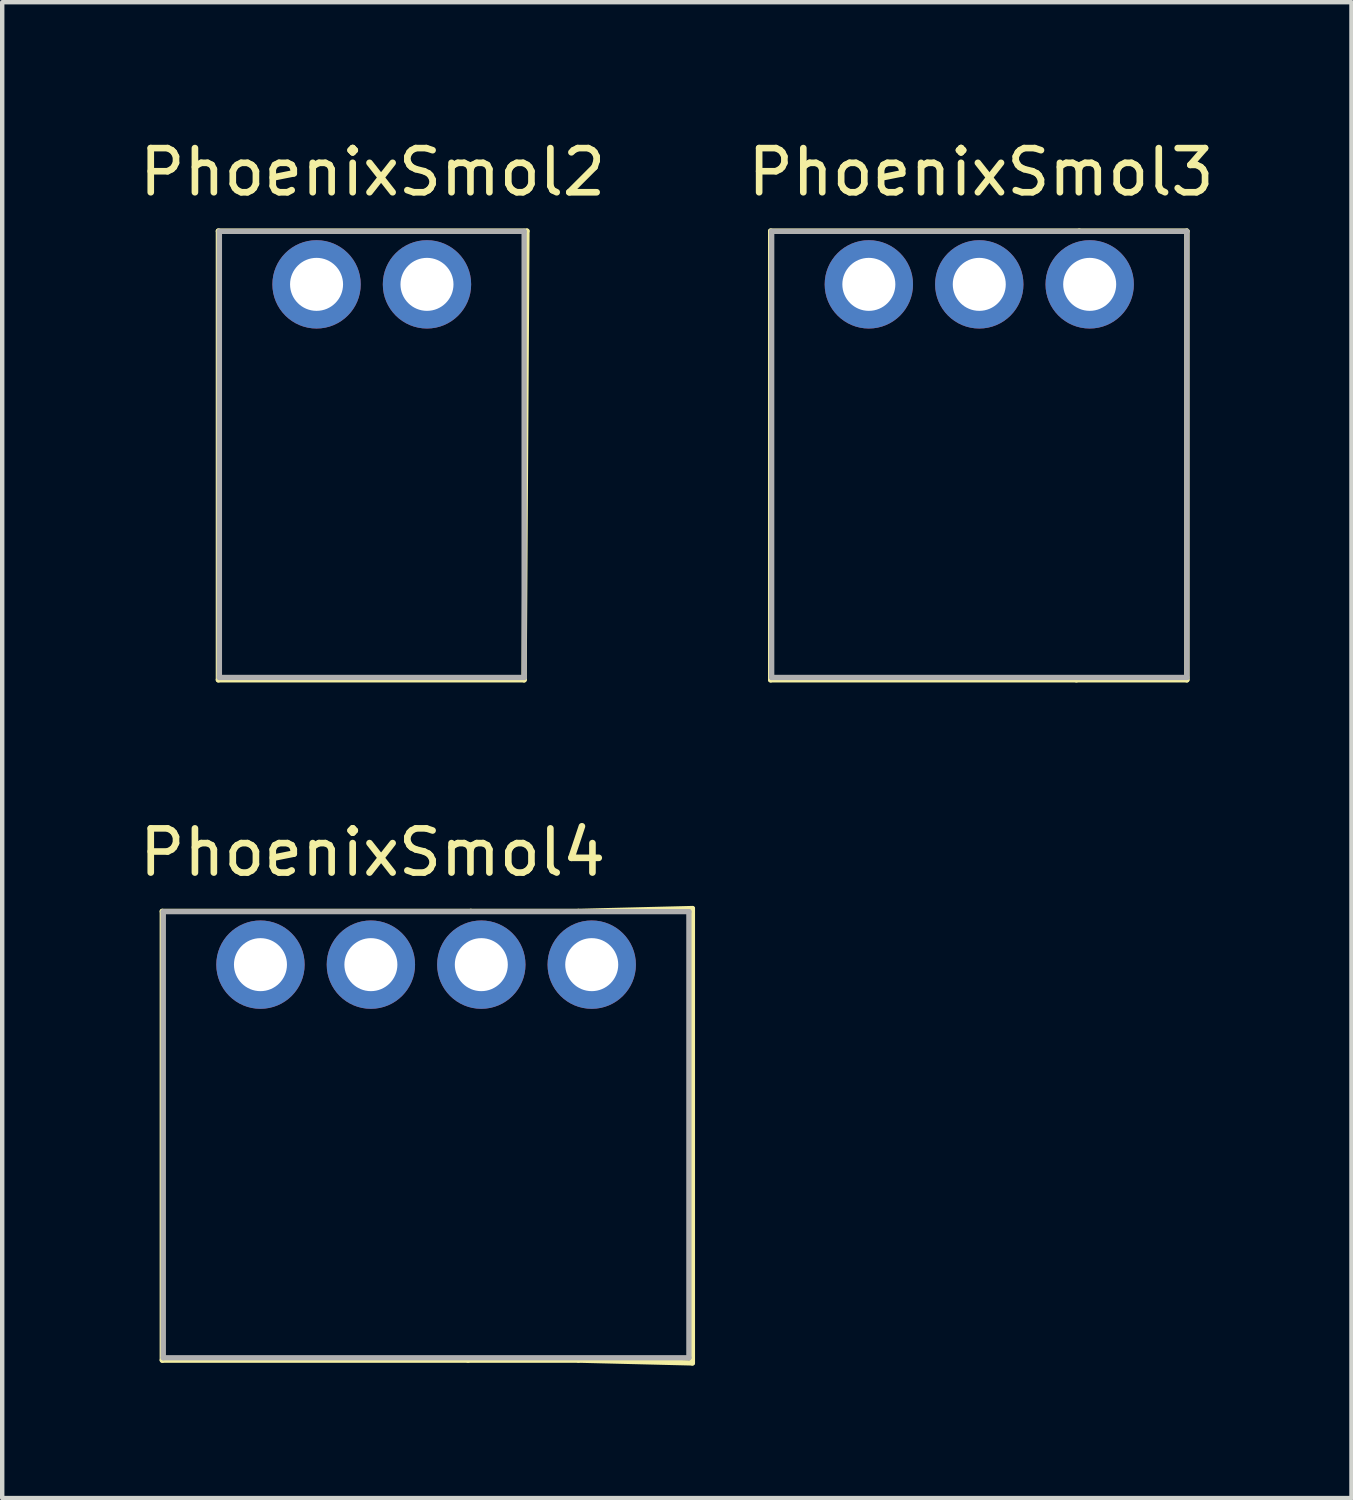
<source format=kicad_pcb>
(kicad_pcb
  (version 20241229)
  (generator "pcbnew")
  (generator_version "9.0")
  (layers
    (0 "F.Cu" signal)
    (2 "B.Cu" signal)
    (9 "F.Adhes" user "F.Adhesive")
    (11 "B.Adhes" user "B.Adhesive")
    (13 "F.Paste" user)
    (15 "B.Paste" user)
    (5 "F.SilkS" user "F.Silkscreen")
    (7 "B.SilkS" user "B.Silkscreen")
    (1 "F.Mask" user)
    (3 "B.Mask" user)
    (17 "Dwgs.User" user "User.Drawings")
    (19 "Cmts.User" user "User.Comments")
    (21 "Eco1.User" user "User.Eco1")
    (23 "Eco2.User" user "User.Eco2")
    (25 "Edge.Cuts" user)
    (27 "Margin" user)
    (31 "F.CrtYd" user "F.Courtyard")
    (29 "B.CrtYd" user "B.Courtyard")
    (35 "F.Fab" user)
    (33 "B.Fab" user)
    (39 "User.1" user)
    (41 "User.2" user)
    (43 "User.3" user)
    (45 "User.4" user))
  (footprint "PhoenixSmol4"
    (layer "F.Cu")
    (at 2.847 18.79)
    (property "Reference" "PhoenixSmol4" (at 2.54 -2.54 0) (layer "F.SilkS") (effects (font (size 1 1) (thickness 0.15))))
    (attr through_hole)
    (fp_line (start -2.223 -1.206) (end 4.763 -1.206) (stroke (width 0.12) (type solid)) (layer "F.SilkS"))
    (fp_line (start -2.223 8.954) (end -2.223 -1.206) (stroke (width 0.12) (type solid)) (layer "F.SilkS"))
    (fp_line (start 4.699 8.954) (end -2.223 8.954) (stroke (width 0.12) (type solid)) (layer "F.SilkS"))
    (fp_line (start 7.2 -1.206) (end 4.763 -1.206) (stroke (width 0.12) (type solid)) (layer "F.SilkS"))
    (fp_line (start 7.2 -1.206) (end 9.779 -1.27) (stroke (width 0.12) (type solid)) (layer "F.SilkS"))
    (fp_line (start 7.2 8.954) (end 4.699 8.954) (stroke (width 0.12) (type solid)) (layer "F.SilkS"))
    (fp_line (start 9.779 -1.27) (end 9.779 9.017) (stroke (width 0.12) (type solid)) (layer "F.SilkS"))
    (fp_line (start 9.779 9.017) (end 7.2 8.954) (stroke (width 0.12) (type solid)) (layer "F.SilkS"))
    (fp_line (start -2.2 -1.2) (end -2.2 8.9) (stroke (width 0.12) (type solid)) (layer "F.Fab"))
    (fp_line (start -2.2 -1.2) (end 9.7 -1.2) (stroke (width 0.12) (type solid)) (layer "F.Fab"))
    (fp_line (start -2.2 8.9) (end 9.7 8.9) (stroke (width 0.12) (type solid)) (layer "F.Fab"))
    (fp_line (start 9.7 -1.2) (end 9.7 8.9) (stroke (width 0.12) (type solid)) (layer "F.Fab"))
    (pad "1" thru_hole circle (at 7.5 0) (size 2 2) (drill 1.2) (layers "*.Cu" "*.Mask"))
    (pad "2" thru_hole circle (at 5 0) (size 2 2) (drill 1.2) (layers "*.Cu" "*.Mask"))
    (pad "3" thru_hole circle (at 2.5 0) (size 2 2) (drill 1.2) (layers "*.Cu" "*.Mask"))
    (pad "4" thru_hole circle (at 0 0) (size 2 2) (drill 1.2) (layers "*.Cu" "*.Mask")))
  (footprint "PhoenixSmol2"
    (layer "F.Cu")
    (at 4.117 3.388)
    (property "Reference" "PhoenixSmol2" (at 1.27 -2.54 0) (layer "F.SilkS") (effects (font (size 1 1) (thickness 0.15))))
    (attr through_hole)
    (fp_line (start -2.223 -1.206) (end 4.763 -1.206) (stroke (width 0.12) (type solid)) (layer "F.SilkS"))
    (fp_line (start -2.223 8.954) (end -2.223 -1.206) (stroke (width 0.12) (type solid)) (layer "F.SilkS"))
    (fp_line (start 4.699 8.954) (end -2.223 8.954) (stroke (width 0.12) (type solid)) (layer "F.SilkS"))
    (fp_line (start 4.763 -1.206) (end 4.699 8.954) (stroke (width 0.12) (type solid)) (layer "F.SilkS"))
    (fp_line (start -2.2 -1.2) (end -2.2 8.9) (stroke (width 0.12) (type solid)) (layer "F.Fab"))
    (fp_line (start -2.2 -1.2) (end 4.7 -1.2) (stroke (width 0.12) (type solid)) (layer "F.Fab"))
    (fp_line (start -2.2 8.9) (end 4.7 8.9) (stroke (width 0.12) (type solid)) (layer "F.Fab"))
    (fp_line (start 4.7 -1.2) (end 4.7 8.9) (stroke (width 0.12) (type solid)) (layer "F.Fab"))
    (pad "1" thru_hole circle (at 2.5 0) (size 2 2) (drill 1.2) (layers "*.Cu" "*.Mask"))
    (pad "2" thru_hole circle (at 0 0) (size 2 2) (drill 1.2) (layers "*.Cu" "*.Mask")))
  (footprint "PhoenixSmol3"
    (layer "F.Cu")
    (at 16.621 3.388)
    (property "Reference" "PhoenixSmol3" (at 2.54 -2.54 0) (layer "F.SilkS") (effects (font (size 1 1) (thickness 0.15))))
    (attr through_hole)
    (fp_line (start -2.223 -1.206) (end 4.763 -1.206) (stroke (width 0.12) (type solid)) (layer "F.SilkS"))
    (fp_line (start -2.223 8.954) (end -2.223 -1.206) (stroke (width 0.12) (type solid)) (layer "F.SilkS"))
    (fp_line (start 4.699 8.954) (end -2.223 8.954) (stroke (width 0.12) (type solid)) (layer "F.SilkS"))
    (fp_line (start 7.2 -1.206) (end 4.763 -1.206) (stroke (width 0.12) (type solid)) (layer "F.SilkS"))
    (fp_line (start 7.2 -1.206) (end 7.2 8.954) (stroke (width 0.12) (type solid)) (layer "F.SilkS"))
    (fp_line (start 7.2 8.954) (end 4.699 8.954) (stroke (width 0.12) (type solid)) (layer "F.SilkS"))
    (fp_line (start -2.2 -1.2) (end -2.2 8.9) (stroke (width 0.12) (type solid)) (layer "F.Fab"))
    (fp_line (start -2.2 -1.2) (end 7.2 -1.2) (stroke (width 0.12) (type solid)) (layer "F.Fab"))
    (fp_line (start -2.2 8.9) (end 7.2 8.9) (stroke (width 0.12) (type solid)) (layer "F.Fab"))
    (fp_line (start 7.2 -1.2) (end 7.2 8.9) (stroke (width 0.12) (type solid)) (layer "F.Fab"))
    (pad "1" thru_hole circle (at 5 0) (size 2 2) (drill 1.2) (layers "*.Cu" "*.Mask"))
    (pad "2" thru_hole circle (at 2.5 0) (size 2 2) (drill 1.2) (layers "*.Cu" "*.Mask"))
    (pad "3" thru_hole circle (at 0 0) (size 2 2) (drill 1.2) (layers "*.Cu" "*.Mask")))
  (gr_rect
    (start -3 -3)
    (end 27.548 30.867)
    (stroke (width 0.1) (type default))
    (fill no)
    (layer "Edge.Cuts")))
</source>
